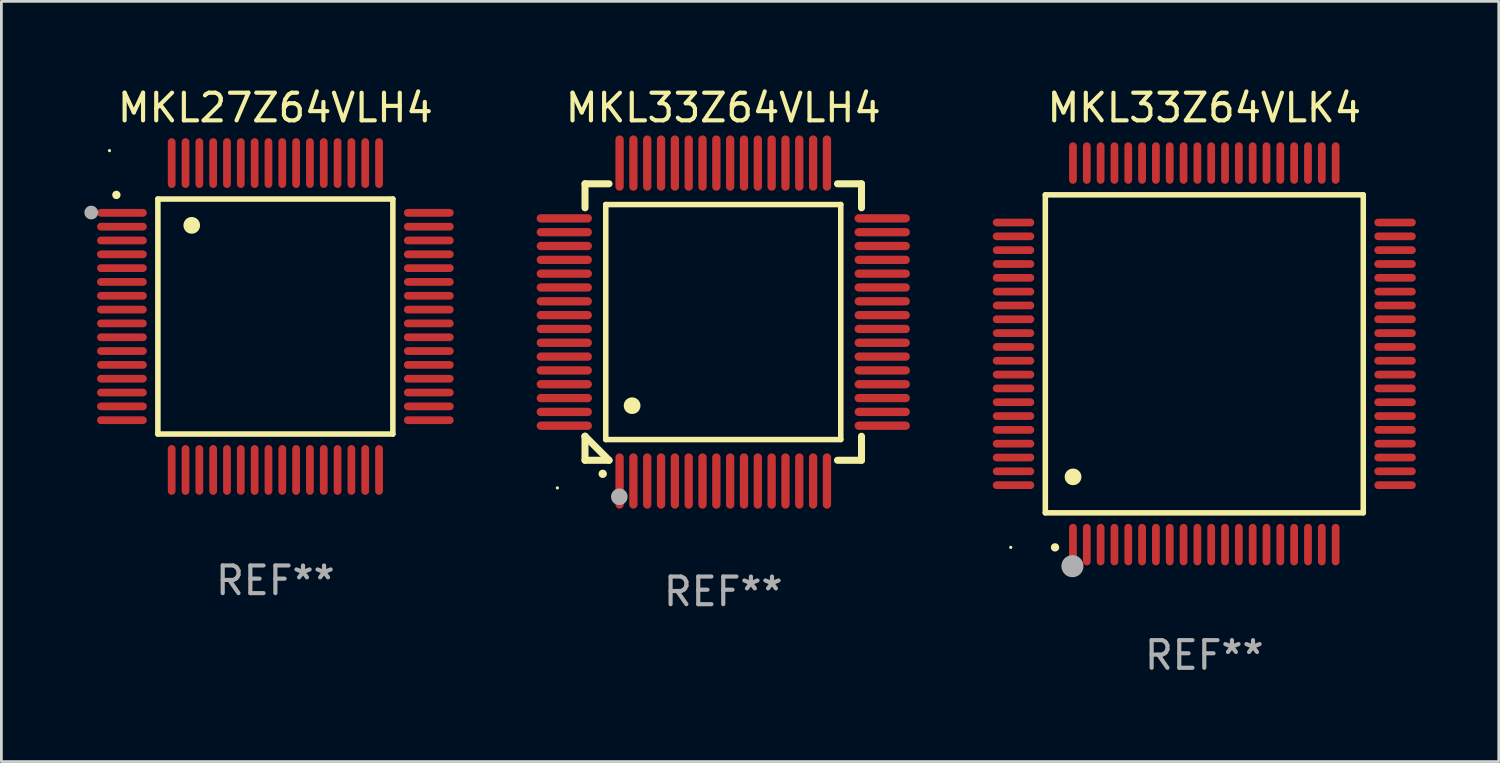
<source format=kicad_pcb>
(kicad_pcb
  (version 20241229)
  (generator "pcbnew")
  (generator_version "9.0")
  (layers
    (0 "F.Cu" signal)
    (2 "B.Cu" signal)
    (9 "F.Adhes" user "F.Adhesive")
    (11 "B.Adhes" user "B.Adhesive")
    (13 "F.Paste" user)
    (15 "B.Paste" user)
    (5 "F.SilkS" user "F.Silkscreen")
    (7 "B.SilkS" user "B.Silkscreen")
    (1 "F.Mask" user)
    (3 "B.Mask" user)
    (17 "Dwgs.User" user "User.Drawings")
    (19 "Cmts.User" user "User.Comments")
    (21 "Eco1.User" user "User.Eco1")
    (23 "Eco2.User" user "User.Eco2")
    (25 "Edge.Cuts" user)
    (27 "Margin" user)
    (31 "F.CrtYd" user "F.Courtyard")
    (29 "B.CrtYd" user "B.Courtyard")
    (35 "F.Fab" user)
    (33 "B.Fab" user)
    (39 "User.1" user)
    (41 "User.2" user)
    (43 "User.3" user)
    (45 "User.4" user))
  (footprint "MKL33Z64VLK4"
    (layer "F.Cu")
    (at 40.509 9.748)
    (property "Reference" "MKL33Z64VLK4" (at 0 -8.9 0) (layer "F.SilkS") (effects (font (size 1 1) (thickness 0.15))))
    (attr through_hole)
    (fp_line (start -5.75 -5.75) (end 5.75 -5.75) (stroke (width 0.2) (type solid)) (layer "F.SilkS"))
    (fp_line (start -5.75 5.75) (end -5.75 -5.75) (stroke (width 0.2) (type solid)) (layer "F.SilkS"))
    (fp_line (start 5.75 -5.75) (end 5.75 5.75) (stroke (width 0.2) (type solid)) (layer "F.SilkS"))
    (fp_line (start 5.75 5.75) (end -5.75 5.75) (stroke (width 0.2) (type solid)) (layer "F.SilkS"))
    (fp_arc (start -5.400051 7.000254) (mid -5.398781 7.000249) (end -5.397511 7.000254) (stroke (width 0.3) (type solid)) (layer "F.SilkS"))
    (fp_arc (start -4.749809 4.450089) (mid -4.747269 4.450078) (end -4.744729 4.450089) (stroke (width 0.6) (type solid)) (layer "F.SilkS"))
    (fp_circle (center -7 7) (end -6.97 7) (stroke (width 0.06) (type solid)) (fill no) (layer "F.SilkS"))
    (fp_circle (center -4.77 7.68) (end -4.57 7.68) (stroke (width 0.4) (type solid)) (fill no) (layer "F.Fab"))
    (fp_text user "REF**" (at 0 10.9 0) (layer "F.Fab") (effects (font (size 1 1) (thickness 0.15))))
    (pad "1" smd oval (at -4.75 6.9) (size 0.28 1.5) (layers "F.Cu" "F.Mask" "F.Paste"))
    (pad "2" smd oval (at -4.25 6.9) (size 0.28 1.5) (layers "F.Cu" "F.Mask" "F.Paste"))
    (pad "3" smd oval (at -3.75 6.9) (size 0.28 1.5) (layers "F.Cu" "F.Mask" "F.Paste"))
    (pad "4" smd oval (at -3.25 6.9) (size 0.28 1.5) (layers "F.Cu" "F.Mask" "F.Paste"))
    (pad "5" smd oval (at -2.75 6.9) (size 0.28 1.5) (layers "F.Cu" "F.Mask" "F.Paste"))
    (pad "6" smd oval (at -2.25 6.9) (size 0.28 1.5) (layers "F.Cu" "F.Mask" "F.Paste"))
    (pad "7" smd oval (at -1.75 6.9) (size 0.28 1.5) (layers "F.Cu" "F.Mask" "F.Paste"))
    (pad "8" smd oval (at -1.25 6.9) (size 0.28 1.5) (layers "F.Cu" "F.Mask" "F.Paste"))
    (pad "9" smd oval (at -0.75 6.9) (size 0.28 1.5) (layers "F.Cu" "F.Mask" "F.Paste"))
    (pad "10" smd oval (at -0.25 6.9) (size 0.28 1.5) (layers "F.Cu" "F.Mask" "F.Paste"))
    (pad "11" smd oval (at 0.25 6.9) (size 0.28 1.5) (layers "F.Cu" "F.Mask" "F.Paste"))
    (pad "12" smd oval (at 0.75 6.9) (size 0.28 1.5) (layers "F.Cu" "F.Mask" "F.Paste"))
    (pad "13" smd oval (at 1.25 6.9) (size 0.28 1.5) (layers "F.Cu" "F.Mask" "F.Paste"))
    (pad "14" smd oval (at 1.75 6.9) (size 0.28 1.5) (layers "F.Cu" "F.Mask" "F.Paste"))
    (pad "15" smd oval (at 2.25 6.9) (size 0.28 1.5) (layers "F.Cu" "F.Mask" "F.Paste"))
    (pad "16" smd oval (at 2.75 6.9) (size 0.28 1.5) (layers "F.Cu" "F.Mask" "F.Paste"))
    (pad "17" smd oval (at 3.25 6.9) (size 0.28 1.5) (layers "F.Cu" "F.Mask" "F.Paste"))
    (pad "18" smd oval (at 3.75 6.9) (size 0.28 1.5) (layers "F.Cu" "F.Mask" "F.Paste"))
    (pad "19" smd oval (at 4.25 6.9) (size 0.28 1.5) (layers "F.Cu" "F.Mask" "F.Paste"))
    (pad "20" smd oval (at 4.75 6.9) (size 0.28 1.5) (layers "F.Cu" "F.Mask" "F.Paste"))
    (pad "21" smd oval (at 6.9 4.75) (size 1.5 0.28) (layers "F.Cu" "F.Mask" "F.Paste"))
    (pad "22" smd oval (at 6.9 4.25) (size 1.5 0.28) (layers "F.Cu" "F.Mask" "F.Paste"))
    (pad "23" smd oval (at 6.9 3.75) (size 1.5 0.28) (layers "F.Cu" "F.Mask" "F.Paste"))
    (pad "24" smd oval (at 6.9 3.25) (size 1.5 0.28) (layers "F.Cu" "F.Mask" "F.Paste"))
    (pad "25" smd oval (at 6.9 2.75) (size 1.5 0.28) (layers "F.Cu" "F.Mask" "F.Paste"))
    (pad "26" smd oval (at 6.9 2.25) (size 1.5 0.28) (layers "F.Cu" "F.Mask" "F.Paste"))
    (pad "27" smd oval (at 6.9 1.75) (size 1.5 0.28) (layers "F.Cu" "F.Mask" "F.Paste"))
    (pad "28" smd oval (at 6.9 1.25) (size 1.5 0.28) (layers "F.Cu" "F.Mask" "F.Paste"))
    (pad "29" smd oval (at 6.9 0.75) (size 1.5 0.28) (layers "F.Cu" "F.Mask" "F.Paste"))
    (pad "30" smd oval (at 6.9 0.25) (size 1.5 0.28) (layers "F.Cu" "F.Mask" "F.Paste"))
    (pad "31" smd oval (at 6.9 -0.25) (size 1.5 0.28) (layers "F.Cu" "F.Mask" "F.Paste"))
    (pad "32" smd oval (at 6.9 -0.75) (size 1.5 0.28) (layers "F.Cu" "F.Mask" "F.Paste"))
    (pad "33" smd oval (at 6.9 -1.25) (size 1.5 0.28) (layers "F.Cu" "F.Mask" "F.Paste"))
    (pad "34" smd oval (at 6.9 -1.75) (size 1.5 0.28) (layers "F.Cu" "F.Mask" "F.Paste"))
    (pad "35" smd oval (at 6.9 -2.25) (size 1.5 0.28) (layers "F.Cu" "F.Mask" "F.Paste"))
    (pad "36" smd oval (at 6.9 -2.75) (size 1.5 0.28) (layers "F.Cu" "F.Mask" "F.Paste"))
    (pad "37" smd oval (at 6.9 -3.25) (size 1.5 0.28) (layers "F.Cu" "F.Mask" "F.Paste"))
    (pad "38" smd oval (at 6.9 -3.75) (size 1.5 0.28) (layers "F.Cu" "F.Mask" "F.Paste"))
    (pad "39" smd oval (at 6.9 -4.25) (size 1.5 0.28) (layers "F.Cu" "F.Mask" "F.Paste"))
    (pad "40" smd oval (at 6.9 -4.75) (size 1.5 0.28) (layers "F.Cu" "F.Mask" "F.Paste"))
    (pad "41" smd oval (at 4.75 -6.9) (size 0.28 1.5) (layers "F.Cu" "F.Mask" "F.Paste"))
    (pad "42" smd oval (at 4.25 -6.9) (size 0.28 1.5) (layers "F.Cu" "F.Mask" "F.Paste"))
    (pad "43" smd oval (at 3.75 -6.9) (size 0.28 1.5) (layers "F.Cu" "F.Mask" "F.Paste"))
    (pad "44" smd oval (at 3.25 -6.9) (size 0.28 1.5) (layers "F.Cu" "F.Mask" "F.Paste"))
    (pad "45" smd oval (at 2.75 -6.9) (size 0.28 1.5) (layers "F.Cu" "F.Mask" "F.Paste"))
    (pad "46" smd oval (at 2.25 -6.9) (size 0.28 1.5) (layers "F.Cu" "F.Mask" "F.Paste"))
    (pad "47" smd oval (at 1.75 -6.9) (size 0.28 1.5) (layers "F.Cu" "F.Mask" "F.Paste"))
    (pad "48" smd oval (at 1.25 -6.9) (size 0.28 1.5) (layers "F.Cu" "F.Mask" "F.Paste"))
    (pad "49" smd oval (at 0.75 -6.9) (size 0.28 1.5) (layers "F.Cu" "F.Mask" "F.Paste"))
    (pad "50" smd oval (at 0.25 -6.9) (size 0.28 1.5) (layers "F.Cu" "F.Mask" "F.Paste"))
    (pad "51" smd oval (at -0.25 -6.9) (size 0.28 1.5) (layers "F.Cu" "F.Mask" "F.Paste"))
    (pad "52" smd oval (at -0.75 -6.9) (size 0.28 1.5) (layers "F.Cu" "F.Mask" "F.Paste"))
    (pad "53" smd oval (at -1.25 -6.9) (size 0.28 1.5) (layers "F.Cu" "F.Mask" "F.Paste"))
    (pad "54" smd oval (at -1.75 -6.9) (size 0.28 1.5) (layers "F.Cu" "F.Mask" "F.Paste"))
    (pad "55" smd oval (at -2.25 -6.9) (size 0.28 1.5) (layers "F.Cu" "F.Mask" "F.Paste"))
    (pad "56" smd oval (at -2.75 -6.9) (size 0.28 1.5) (layers "F.Cu" "F.Mask" "F.Paste"))
    (pad "57" smd oval (at -3.25 -6.9) (size 0.28 1.5) (layers "F.Cu" "F.Mask" "F.Paste"))
    (pad "58" smd oval (at -3.75 -6.9) (size 0.28 1.5) (layers "F.Cu" "F.Mask" "F.Paste"))
    (pad "59" smd oval (at -4.25 -6.9) (size 0.28 1.5) (layers "F.Cu" "F.Mask" "F.Paste"))
    (pad "60" smd oval (at -4.75 -6.9) (size 0.28 1.5) (layers "F.Cu" "F.Mask" "F.Paste"))
    (pad "61" smd oval (at -6.9 -4.75) (size 1.5 0.28) (layers "F.Cu" "F.Mask" "F.Paste"))
    (pad "62" smd oval (at -6.9 -4.25) (size 1.5 0.28) (layers "F.Cu" "F.Mask" "F.Paste"))
    (pad "63" smd oval (at -6.9 -3.75) (size 1.5 0.28) (layers "F.Cu" "F.Mask" "F.Paste"))
    (pad "64" smd oval (at -6.9 -3.25) (size 1.5 0.28) (layers "F.Cu" "F.Mask" "F.Paste"))
    (pad "65" smd oval (at -6.9 -2.75) (size 1.5 0.28) (layers "F.Cu" "F.Mask" "F.Paste"))
    (pad "66" smd oval (at -6.9 -2.25) (size 1.5 0.28) (layers "F.Cu" "F.Mask" "F.Paste"))
    (pad "67" smd oval (at -6.9 -1.75) (size 1.5 0.28) (layers "F.Cu" "F.Mask" "F.Paste"))
    (pad "68" smd oval (at -6.9 -1.25) (size 1.5 0.28) (layers "F.Cu" "F.Mask" "F.Paste"))
    (pad "69" smd oval (at -6.9 -0.75) (size 1.5 0.28) (layers "F.Cu" "F.Mask" "F.Paste"))
    (pad "70" smd oval (at -6.9 -0.25) (size 1.5 0.28) (layers "F.Cu" "F.Mask" "F.Paste"))
    (pad "71" smd oval (at -6.9 0.25) (size 1.5 0.28) (layers "F.Cu" "F.Mask" "F.Paste"))
    (pad "72" smd oval (at -6.9 0.75) (size 1.5 0.28) (layers "F.Cu" "F.Mask" "F.Paste"))
    (pad "73" smd oval (at -6.9 1.25) (size 1.5 0.28) (layers "F.Cu" "F.Mask" "F.Paste"))
    (pad "74" smd oval (at -6.9 1.75) (size 1.5 0.28) (layers "F.Cu" "F.Mask" "F.Paste"))
    (pad "75" smd oval (at -6.9 2.25) (size 1.5 0.28) (layers "F.Cu" "F.Mask" "F.Paste"))
    (pad "76" smd oval (at -6.9 2.75) (size 1.5 0.28) (layers "F.Cu" "F.Mask" "F.Paste"))
    (pad "77" smd oval (at -6.9 3.25) (size 1.5 0.28) (layers "F.Cu" "F.Mask" "F.Paste"))
    (pad "78" smd oval (at -6.9 3.75) (size 1.5 0.28) (layers "F.Cu" "F.Mask" "F.Paste"))
    (pad "79" smd oval (at -6.9 4.25) (size 1.5 0.28) (layers "F.Cu" "F.Mask" "F.Paste"))
    (pad "80" smd oval (at -6.9 4.75) (size 1.5 0.28) (layers "F.Cu" "F.Mask" "F.Paste")))
  (footprint "MKL27Z64VLH4"
    (layer "F.Cu")
    (at 6.91 8.398)
    (property "Reference" "MKL27Z64VLH4" (at 0 -7.55 0) (layer "F.SilkS") (effects (font (size 1 1) (thickness 0.15))))
    (attr through_hole)
    (fp_line (start -4.25 -4.25) (end -4.25 4.25) (stroke (width 0.2) (type solid)) (layer "F.SilkS"))
    (fp_line (start -4.25 4.25) (end 4.25 4.25) (stroke (width 0.2) (type solid)) (layer "F.SilkS"))
    (fp_line (start 4.25 -4.25) (end -4.25 -4.25) (stroke (width 0.2) (type solid)) (layer "F.SilkS"))
    (fp_line (start 4.25 4.25) (end 4.25 -4.25) (stroke (width 0.2) (type solid)) (layer "F.SilkS"))
    (fp_arc (start -5.750572 -4.396749) (mid -5.750577 -4.398019) (end -5.750572 -4.399289) (stroke (width 0.3) (type solid)) (layer "F.SilkS"))
    (fp_arc (start -3.025146 -3.294387) (mid -3.025157 -3.296927) (end -3.025146 -3.299467) (stroke (width 0.6) (type solid)) (layer "F.SilkS"))
    (fp_circle (center -6 -6) (end -5.97 -6) (stroke (width 0.06) (type solid)) (fill no) (layer "F.SilkS"))
    (fp_circle (center -6.66 -3.76) (end -6.535 -3.76) (stroke (width 0.25) (type solid)) (fill no) (layer "F.Fab"))
    (fp_text user "REF**" (at 0 9.55 0) (layer "F.Fab") (effects (font (size 1 1) (thickness 0.15))))
    (pad "1" smd oval (at -5.55 -3.75) (size 1.8 0.28) (layers "F.Cu" "F.Mask" "F.Paste"))
    (pad "2" smd oval (at -5.55 -3.25) (size 1.8 0.28) (layers "F.Cu" "F.Mask" "F.Paste"))
    (pad "3" smd oval (at -5.55 -2.75) (size 1.8 0.28) (layers "F.Cu" "F.Mask" "F.Paste"))
    (pad "4" smd oval (at -5.55 -2.25) (size 1.8 0.28) (layers "F.Cu" "F.Mask" "F.Paste"))
    (pad "5" smd oval (at -5.55 -1.75) (size 1.8 0.28) (layers "F.Cu" "F.Mask" "F.Paste"))
    (pad "6" smd oval (at -5.55 -1.25) (size 1.8 0.28) (layers "F.Cu" "F.Mask" "F.Paste"))
    (pad "7" smd oval (at -5.55 -0.75) (size 1.8 0.28) (layers "F.Cu" "F.Mask" "F.Paste"))
    (pad "8" smd oval (at -5.55 -0.25) (size 1.8 0.28) (layers "F.Cu" "F.Mask" "F.Paste"))
    (pad "9" smd oval (at -5.55 0.25) (size 1.8 0.28) (layers "F.Cu" "F.Mask" "F.Paste"))
    (pad "10" smd oval (at -5.55 0.75) (size 1.8 0.28) (layers "F.Cu" "F.Mask" "F.Paste"))
    (pad "11" smd oval (at -5.55 1.25) (size 1.8 0.28) (layers "F.Cu" "F.Mask" "F.Paste"))
    (pad "12" smd oval (at -5.55 1.75) (size 1.8 0.28) (layers "F.Cu" "F.Mask" "F.Paste"))
    (pad "13" smd oval (at -5.55 2.25) (size 1.8 0.28) (layers "F.Cu" "F.Mask" "F.Paste"))
    (pad "14" smd oval (at -5.55 2.75) (size 1.8 0.28) (layers "F.Cu" "F.Mask" "F.Paste"))
    (pad "15" smd oval (at -5.55 3.25) (size 1.8 0.28) (layers "F.Cu" "F.Mask" "F.Paste"))
    (pad "16" smd oval (at -5.55 3.75) (size 1.8 0.28) (layers "F.Cu" "F.Mask" "F.Paste"))
    (pad "17" smd oval (at -3.75 5.55) (size 0.28 1.8) (layers "F.Cu" "F.Mask" "F.Paste"))
    (pad "18" smd oval (at -3.25 5.55) (size 0.28 1.8) (layers "F.Cu" "F.Mask" "F.Paste"))
    (pad "19" smd oval (at -2.75 5.55) (size 0.28 1.8) (layers "F.Cu" "F.Mask" "F.Paste"))
    (pad "20" smd oval (at -2.25 5.55) (size 0.28 1.8) (layers "F.Cu" "F.Mask" "F.Paste"))
    (pad "21" smd oval (at -1.75 5.55) (size 0.28 1.8) (layers "F.Cu" "F.Mask" "F.Paste"))
    (pad "22" smd oval (at -1.25 5.55) (size 0.28 1.8) (layers "F.Cu" "F.Mask" "F.Paste"))
    (pad "23" smd oval (at -0.75 5.55) (size 0.28 1.8) (layers "F.Cu" "F.Mask" "F.Paste"))
    (pad "24" smd oval (at -0.25 5.55) (size 0.28 1.8) (layers "F.Cu" "F.Mask" "F.Paste"))
    (pad "25" smd oval (at 0.25 5.55) (size 0.28 1.8) (layers "F.Cu" "F.Mask" "F.Paste"))
    (pad "26" smd oval (at 0.75 5.55) (size 0.28 1.8) (layers "F.Cu" "F.Mask" "F.Paste"))
    (pad "27" smd oval (at 1.25 5.55) (size 0.28 1.8) (layers "F.Cu" "F.Mask" "F.Paste"))
    (pad "28" smd oval (at 1.75 5.55) (size 0.28 1.8) (layers "F.Cu" "F.Mask" "F.Paste"))
    (pad "29" smd oval (at 2.25 5.55) (size 0.28 1.8) (layers "F.Cu" "F.Mask" "F.Paste"))
    (pad "30" smd oval (at 2.75 5.55) (size 0.28 1.8) (layers "F.Cu" "F.Mask" "F.Paste"))
    (pad "31" smd oval (at 3.25 5.55) (size 0.28 1.8) (layers "F.Cu" "F.Mask" "F.Paste"))
    (pad "32" smd oval (at 3.75 5.55) (size 0.28 1.8) (layers "F.Cu" "F.Mask" "F.Paste"))
    (pad "33" smd oval (at 5.55 3.75) (size 1.8 0.28) (layers "F.Cu" "F.Mask" "F.Paste"))
    (pad "34" smd oval (at 5.55 3.25) (size 1.8 0.28) (layers "F.Cu" "F.Mask" "F.Paste"))
    (pad "35" smd oval (at 5.55 2.75) (size 1.8 0.28) (layers "F.Cu" "F.Mask" "F.Paste"))
    (pad "36" smd oval (at 5.55 2.25) (size 1.8 0.28) (layers "F.Cu" "F.Mask" "F.Paste"))
    (pad "37" smd oval (at 5.55 1.75) (size 1.8 0.28) (layers "F.Cu" "F.Mask" "F.Paste"))
    (pad "38" smd oval (at 5.55 1.25) (size 1.8 0.28) (layers "F.Cu" "F.Mask" "F.Paste"))
    (pad "39" smd oval (at 5.55 0.75) (size 1.8 0.28) (layers "F.Cu" "F.Mask" "F.Paste"))
    (pad "40" smd oval (at 5.55 0.25) (size 1.8 0.28) (layers "F.Cu" "F.Mask" "F.Paste"))
    (pad "41" smd oval (at 5.55 -0.25) (size 1.8 0.28) (layers "F.Cu" "F.Mask" "F.Paste"))
    (pad "42" smd oval (at 5.55 -0.75) (size 1.8 0.28) (layers "F.Cu" "F.Mask" "F.Paste"))
    (pad "43" smd oval (at 5.55 -1.25) (size 1.8 0.28) (layers "F.Cu" "F.Mask" "F.Paste"))
    (pad "44" smd oval (at 5.55 -1.75) (size 1.8 0.28) (layers "F.Cu" "F.Mask" "F.Paste"))
    (pad "45" smd oval (at 5.55 -2.25) (size 1.8 0.28) (layers "F.Cu" "F.Mask" "F.Paste"))
    (pad "46" smd oval (at 5.55 -2.75) (size 1.8 0.28) (layers "F.Cu" "F.Mask" "F.Paste"))
    (pad "47" smd oval (at 5.55 -3.25) (size 1.8 0.28) (layers "F.Cu" "F.Mask" "F.Paste"))
    (pad "48" smd oval (at 5.55 -3.75) (size 1.8 0.28) (layers "F.Cu" "F.Mask" "F.Paste"))
    (pad "49" smd oval (at 3.75 -5.55) (size 0.28 1.8) (layers "F.Cu" "F.Mask" "F.Paste"))
    (pad "50" smd oval (at 3.25 -5.55) (size 0.28 1.8) (layers "F.Cu" "F.Mask" "F.Paste"))
    (pad "51" smd oval (at 2.75 -5.55) (size 0.28 1.8) (layers "F.Cu" "F.Mask" "F.Paste"))
    (pad "52" smd oval (at 2.25 -5.55) (size 0.28 1.8) (layers "F.Cu" "F.Mask" "F.Paste"))
    (pad "53" smd oval (at 1.75 -5.55) (size 0.28 1.8) (layers "F.Cu" "F.Mask" "F.Paste"))
    (pad "54" smd oval (at 1.25 -5.55) (size 0.28 1.8) (layers "F.Cu" "F.Mask" "F.Paste"))
    (pad "55" smd oval (at 0.75 -5.55) (size 0.28 1.8) (layers "F.Cu" "F.Mask" "F.Paste"))
    (pad "56" smd oval (at 0.25 -5.55) (size 0.28 1.8) (layers "F.Cu" "F.Mask" "F.Paste"))
    (pad "57" smd oval (at -0.25 -5.55) (size 0.28 1.8) (layers "F.Cu" "F.Mask" "F.Paste"))
    (pad "58" smd oval (at -0.75 -5.55) (size 0.28 1.8) (layers "F.Cu" "F.Mask" "F.Paste"))
    (pad "59" smd oval (at -1.25 -5.55) (size 0.28 1.8) (layers "F.Cu" "F.Mask" "F.Paste"))
    (pad "60" smd oval (at -1.75 -5.55) (size 0.28 1.8) (layers "F.Cu" "F.Mask" "F.Paste"))
    (pad "61" smd oval (at -2.25 -5.55) (size 0.28 1.8) (layers "F.Cu" "F.Mask" "F.Paste"))
    (pad "62" smd oval (at -2.75 -5.55) (size 0.28 1.8) (layers "F.Cu" "F.Mask" "F.Paste"))
    (pad "63" smd oval (at -3.25 -5.55) (size 0.28 1.8) (layers "F.Cu" "F.Mask" "F.Paste"))
    (pad "64" smd oval (at -3.75 -5.55) (size 0.28 1.8) (layers "F.Cu" "F.Mask" "F.Paste")))
  (footprint "MKL33Z64VLH4"
    (layer "F.Cu")
    (at 23.11 8.598)
    (property "Reference" "MKL33Z64VLH4" (at 0 -7.75 0) (layer "F.SilkS") (effects (font (size 1 1) (thickness 0.15))))
    (attr through_hole)
    (fp_line (start -5 -5) (end -4.131 -5) (stroke (width 0.254) (type solid)) (layer "F.SilkS"))
    (fp_line (start -5 -4.131) (end -5 -5) (stroke (width 0.254) (type solid)) (layer "F.SilkS"))
    (fp_line (start -5 4.131) (end -5 4.131) (stroke (width 0.254) (type solid)) (layer "F.SilkS"))
    (fp_line (start -5 5) (end -5 4.131) (stroke (width 0.254) (type solid)) (layer "F.SilkS"))
    (fp_line (start -5 4.131) (end -4.131 5) (stroke (width 0.254) (type solid)) (layer "F.SilkS"))
    (fp_line (start -4.25 -4.25) (end -4.25 4.25) (stroke (width 0.2) (type solid)) (layer "F.SilkS"))
    (fp_line (start -4.25 4.25) (end 4.25 4.25) (stroke (width 0.2) (type solid)) (layer "F.SilkS"))
    (fp_line (start -4.131 5) (end -5 5) (stroke (width 0.254) (type solid)) (layer "F.SilkS"))
    (fp_line (start 4.25 -4.25) (end -4.25 -4.25) (stroke (width 0.2) (type solid)) (layer "F.SilkS"))
    (fp_line (start 4.25 4.25) (end 4.25 -4.25) (stroke (width 0.2) (type solid)) (layer "F.SilkS"))
    (fp_line (start 5 -5) (end 4.131 -5) (stroke (width 0.254) (type solid)) (layer "F.SilkS"))
    (fp_line (start 5 -5) (end 5 -4.131) (stroke (width 0.254) (type solid)) (layer "F.SilkS"))
    (fp_line (start 5 4.131) (end 5 5) (stroke (width 0.254) (type solid)) (layer "F.SilkS"))
    (fp_line (start 5 5) (end 4.131 5) (stroke (width 0.254) (type solid)) (layer "F.SilkS"))
    (fp_arc (start -4.361265 5.489992) (mid -4.359995 5.489987) (end -4.358725 5.489992) (stroke (width 0.3) (type solid)) (layer "F.SilkS"))
    (fp_arc (start -3.299467 3.025146) (mid -3.296927 3.025135) (end -3.294387 3.025146) (stroke (width 0.6) (type solid)) (layer "F.SilkS"))
    (fp_circle (center -6 6) (end -5.97 6) (stroke (width 0.06) (type solid)) (fill no) (layer "F.SilkS"))
    (fp_circle (center -3.76 6.32) (end -3.61 6.32) (stroke (width 0.3) (type solid)) (fill no) (layer "F.Fab"))
    (fp_text user "REF**" (at 0 9.75 0) (layer "F.Fab") (effects (font (size 1 1) (thickness 0.15))))
    (pad "1" smd oval (at -3.75 5.75) (size 0.3 2) (layers "F.Cu" "F.Mask" "F.Paste"))
    (pad "2" smd oval (at -3.25 5.75) (size 0.3 2) (layers "F.Cu" "F.Mask" "F.Paste"))
    (pad "3" smd oval (at -2.75 5.75) (size 0.3 2) (layers "F.Cu" "F.Mask" "F.Paste"))
    (pad "4" smd oval (at -2.25 5.75) (size 0.3 2) (layers "F.Cu" "F.Mask" "F.Paste"))
    (pad "5" smd oval (at -1.75 5.75) (size 0.3 2) (layers "F.Cu" "F.Mask" "F.Paste"))
    (pad "6" smd oval (at -1.25 5.75) (size 0.3 2) (layers "F.Cu" "F.Mask" "F.Paste"))
    (pad "7" smd oval (at -0.75 5.75) (size 0.3 2) (layers "F.Cu" "F.Mask" "F.Paste"))
    (pad "8" smd oval (at -0.25 5.75) (size 0.3 2) (layers "F.Cu" "F.Mask" "F.Paste"))
    (pad "9" smd oval (at 0.25 5.75) (size 0.3 2) (layers "F.Cu" "F.Mask" "F.Paste"))
    (pad "10" smd oval (at 0.75 5.75) (size 0.3 2) (layers "F.Cu" "F.Mask" "F.Paste"))
    (pad "11" smd oval (at 1.25 5.75) (size 0.3 2) (layers "F.Cu" "F.Mask" "F.Paste"))
    (pad "12" smd oval (at 1.75 5.75) (size 0.3 2) (layers "F.Cu" "F.Mask" "F.Paste"))
    (pad "13" smd oval (at 2.25 5.75) (size 0.3 2) (layers "F.Cu" "F.Mask" "F.Paste"))
    (pad "14" smd oval (at 2.75 5.75) (size 0.3 2) (layers "F.Cu" "F.Mask" "F.Paste"))
    (pad "15" smd oval (at 3.25 5.75) (size 0.3 2) (layers "F.Cu" "F.Mask" "F.Paste"))
    (pad "16" smd oval (at 3.75 5.75) (size 0.3 2) (layers "F.Cu" "F.Mask" "F.Paste"))
    (pad "17" smd oval (at 5.75 3.75) (size 2 0.3) (layers "F.Cu" "F.Mask" "F.Paste"))
    (pad "18" smd oval (at 5.75 3.25) (size 2 0.3) (layers "F.Cu" "F.Mask" "F.Paste"))
    (pad "19" smd oval (at 5.75 2.75) (size 2 0.3) (layers "F.Cu" "F.Mask" "F.Paste"))
    (pad "20" smd oval (at 5.75 2.25) (size 2 0.3) (layers "F.Cu" "F.Mask" "F.Paste"))
    (pad "21" smd oval (at 5.75 1.75) (size 2 0.3) (layers "F.Cu" "F.Mask" "F.Paste"))
    (pad "22" smd oval (at 5.75 1.25) (size 2 0.3) (layers "F.Cu" "F.Mask" "F.Paste"))
    (pad "23" smd oval (at 5.75 0.75) (size 2 0.3) (layers "F.Cu" "F.Mask" "F.Paste"))
    (pad "24" smd oval (at 5.75 0.25) (size 2 0.3) (layers "F.Cu" "F.Mask" "F.Paste"))
    (pad "25" smd oval (at 5.75 -0.25) (size 2 0.3) (layers "F.Cu" "F.Mask" "F.Paste"))
    (pad "26" smd oval (at 5.75 -0.75) (size 2 0.3) (layers "F.Cu" "F.Mask" "F.Paste"))
    (pad "27" smd oval (at 5.75 -1.25) (size 2 0.3) (layers "F.Cu" "F.Mask" "F.Paste"))
    (pad "28" smd oval (at 5.75 -1.75) (size 2 0.3) (layers "F.Cu" "F.Mask" "F.Paste"))
    (pad "29" smd oval (at 5.75 -2.25) (size 2 0.3) (layers "F.Cu" "F.Mask" "F.Paste"))
    (pad "30" smd oval (at 5.75 -2.75) (size 2 0.3) (layers "F.Cu" "F.Mask" "F.Paste"))
    (pad "31" smd oval (at 5.75 -3.25) (size 2 0.3) (layers "F.Cu" "F.Mask" "F.Paste"))
    (pad "32" smd oval (at 5.75 -3.75) (size 2 0.3) (layers "F.Cu" "F.Mask" "F.Paste"))
    (pad "33" smd oval (at 3.75 -5.75) (size 0.3 2) (layers "F.Cu" "F.Mask" "F.Paste"))
    (pad "34" smd oval (at 3.25 -5.75) (size 0.3 2) (layers "F.Cu" "F.Mask" "F.Paste"))
    (pad "35" smd oval (at 2.75 -5.75) (size 0.3 2) (layers "F.Cu" "F.Mask" "F.Paste"))
    (pad "36" smd oval (at 2.25 -5.75) (size 0.3 2) (layers "F.Cu" "F.Mask" "F.Paste"))
    (pad "37" smd oval (at 1.75 -5.75) (size 0.3 2) (layers "F.Cu" "F.Mask" "F.Paste"))
    (pad "38" smd oval (at 1.25 -5.75) (size 0.3 2) (layers "F.Cu" "F.Mask" "F.Paste"))
    (pad "39" smd oval (at 0.75 -5.75) (size 0.3 2) (layers "F.Cu" "F.Mask" "F.Paste"))
    (pad "40" smd oval (at 0.25 -5.75) (size 0.3 2) (layers "F.Cu" "F.Mask" "F.Paste"))
    (pad "41" smd oval (at -0.25 -5.75) (size 0.3 2) (layers "F.Cu" "F.Mask" "F.Paste"))
    (pad "42" smd oval (at -0.75 -5.75) (size 0.3 2) (layers "F.Cu" "F.Mask" "F.Paste"))
    (pad "43" smd oval (at -1.25 -5.75) (size 0.3 2) (layers "F.Cu" "F.Mask" "F.Paste"))
    (pad "44" smd oval (at -1.75 -5.75) (size 0.3 2) (layers "F.Cu" "F.Mask" "F.Paste"))
    (pad "45" smd oval (at -2.25 -5.75) (size 0.3 2) (layers "F.Cu" "F.Mask" "F.Paste"))
    (pad "46" smd oval (at -2.75 -5.75) (size 0.3 2) (layers "F.Cu" "F.Mask" "F.Paste"))
    (pad "47" smd oval (at -3.25 -5.75) (size 0.3 2) (layers "F.Cu" "F.Mask" "F.Paste"))
    (pad "48" smd oval (at -3.75 -5.75) (size 0.3 2) (layers "F.Cu" "F.Mask" "F.Paste"))
    (pad "49" smd oval (at -5.75 -3.75) (size 2 0.3) (layers "F.Cu" "F.Mask" "F.Paste"))
    (pad "50" smd oval (at -5.75 -3.25) (size 2 0.3) (layers "F.Cu" "F.Mask" "F.Paste"))
    (pad "51" smd oval (at -5.75 -2.75) (size 2 0.3) (layers "F.Cu" "F.Mask" "F.Paste"))
    (pad "52" smd oval (at -5.75 -2.25) (size 2 0.3) (layers "F.Cu" "F.Mask" "F.Paste"))
    (pad "53" smd oval (at -5.75 -1.75) (size 2 0.3) (layers "F.Cu" "F.Mask" "F.Paste"))
    (pad "54" smd oval (at -5.75 -1.25) (size 2 0.3) (layers "F.Cu" "F.Mask" "F.Paste"))
    (pad "55" smd oval (at -5.75 -0.75) (size 2 0.3) (layers "F.Cu" "F.Mask" "F.Paste"))
    (pad "56" smd oval (at -5.75 -0.25) (size 2 0.3) (layers "F.Cu" "F.Mask" "F.Paste"))
    (pad "57" smd oval (at -5.75 0.25) (size 2 0.3) (layers "F.Cu" "F.Mask" "F.Paste"))
    (pad "58" smd oval (at -5.75 0.75) (size 2 0.3) (layers "F.Cu" "F.Mask" "F.Paste"))
    (pad "59" smd oval (at -5.75 1.25) (size 2 0.3) (layers "F.Cu" "F.Mask" "F.Paste"))
    (pad "60" smd oval (at -5.75 1.75) (size 2 0.3) (layers "F.Cu" "F.Mask" "F.Paste"))
    (pad "61" smd oval (at -5.75 2.25) (size 2 0.3) (layers "F.Cu" "F.Mask" "F.Paste"))
    (pad "62" smd oval (at -5.75 2.75) (size 2 0.3) (layers "F.Cu" "F.Mask" "F.Paste"))
    (pad "63" smd oval (at -5.75 3.25) (size 2 0.3) (layers "F.Cu" "F.Mask" "F.Paste"))
    (pad "64" smd oval (at -5.75 3.75) (size 2 0.3) (layers "F.Cu" "F.Mask" "F.Paste")))
  (gr_rect
    (start -3 -3)
    (end 51.159 24.496)
    (stroke (width 0.1) (type default))
    (fill no)
    (layer "Edge.Cuts")))
</source>
